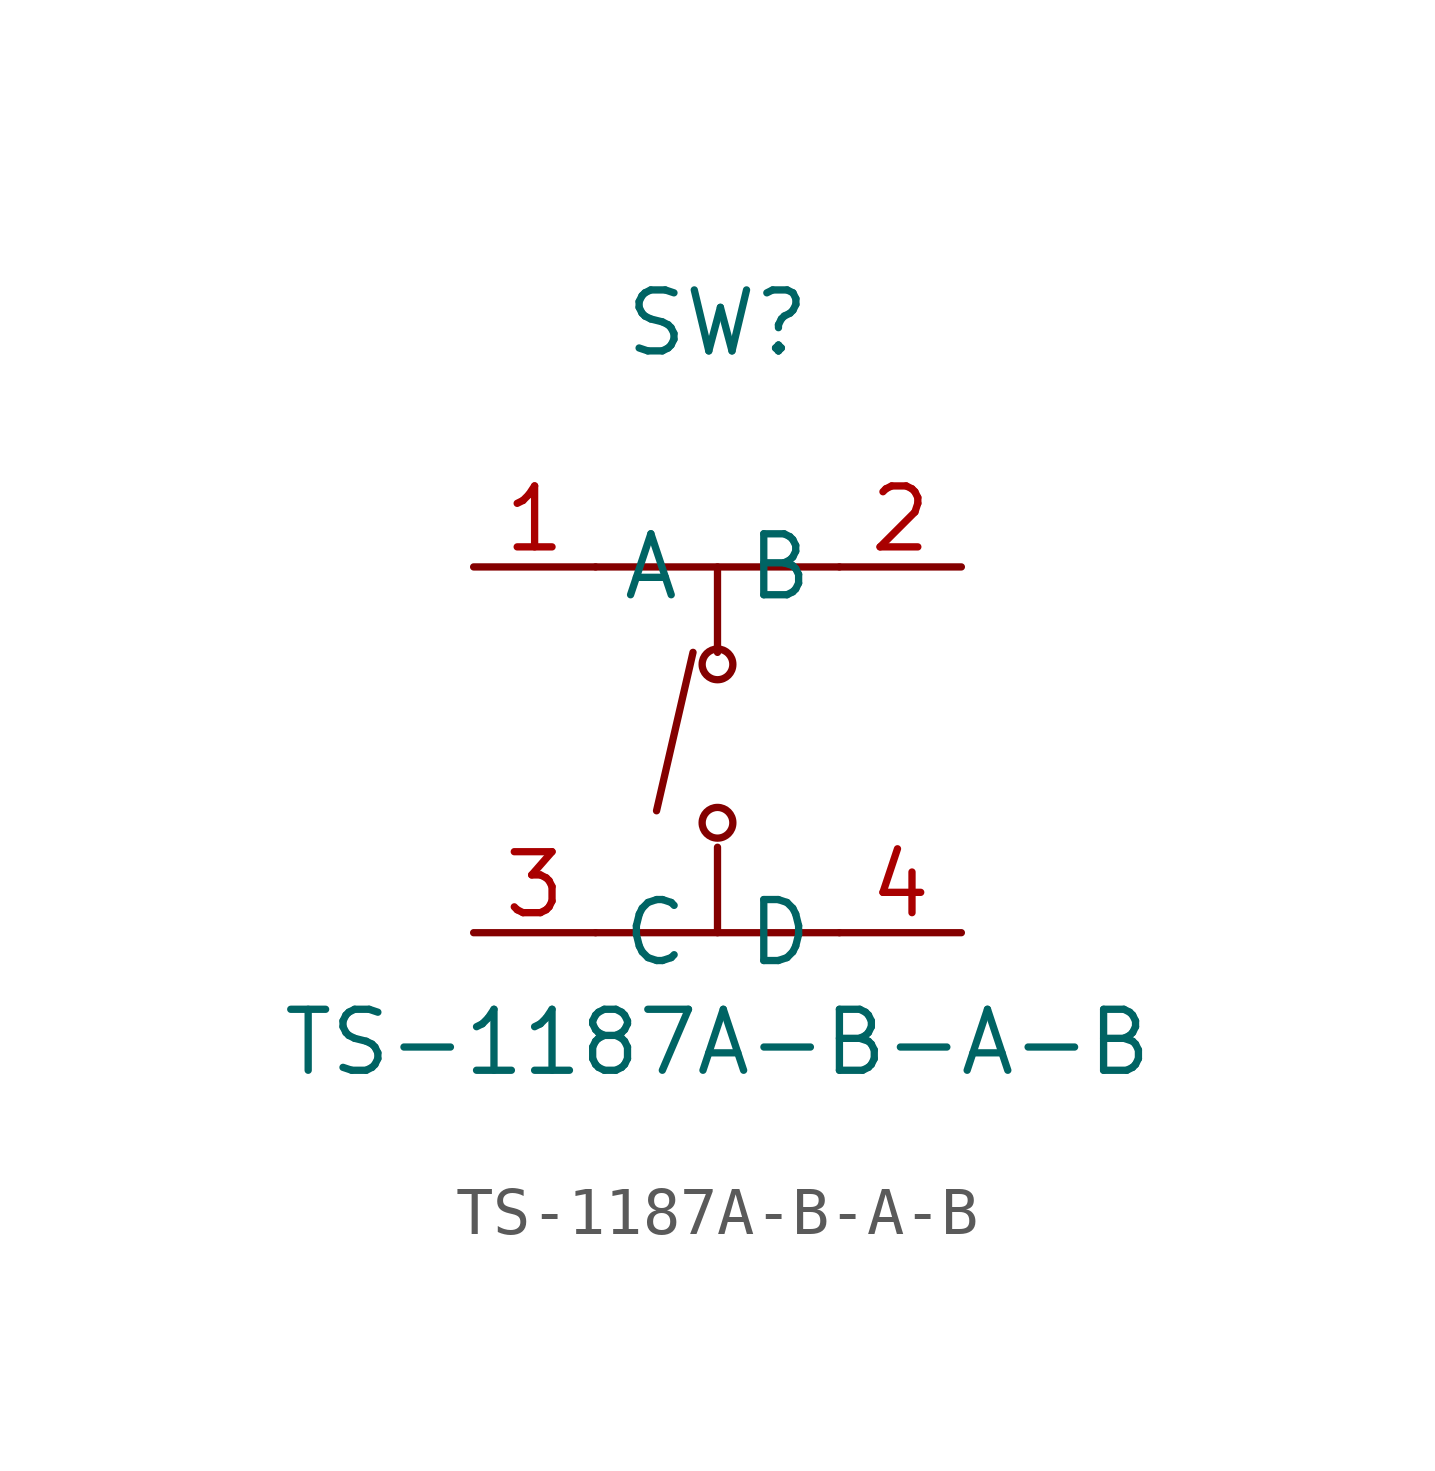
<source format=kicad_sym>
(kicad_symbol_lib
  (version 20231120)
  (generator "kicad_symbol_editor")
  (generator_version "8.0")
  (symbol "TS-1187A-B-A-B"
    (property "Reference" "SW"
      (at 0 7.62 0)
      (effects (font (size 1.27 1.27))))
    (property "Value" "TS-1187A-B-A-B"
      (at 0 -7.366 0)
      (effects (font (size 1.27 1.27))))
    (symbol "TS-1187A-B-A-B_0_1"
      (circle (center 0 -2.79) (radius 0.32) (stroke (width 0) (type default)) (fill (type none)))
      (polyline (pts (xy -2.54 -5.08) (xy 2.54 -5.08)) (stroke (width 0) (type default)) (fill (type none)))
      (polyline (pts (xy -2.54 2.54) (xy 2.54 2.54)) (stroke (width 0) (type default)) (fill (type none)))
      (polyline (pts (xy -0.51 0.76) (xy -1.27 -2.54)) (stroke (width 0) (type default)) (fill (type none)))
      (polyline (pts (xy 0 -3.3) (xy 0 -5.08)) (stroke (width 0) (type default)) (fill (type none)))
      (polyline (pts (xy 0 0.76) (xy 0 2.54)) (stroke (width 0) (type default)) (fill (type none)))
      (circle (center 0 0.51) (radius 0.32) (stroke (width 0) (type default)) (fill (type none)))
      (pin passive line (at -5.08 2.54 0) (length 2.54) (name "A" (effects (font (size 1.27 1.27)))) (number "1" (effects (font (size 1.27 1.27)))))
      (pin passive line (at 5.08 2.54 180) (length 2.54) (name "B" (effects (font (size 1.27 1.27)))) (number "2" (effects (font (size 1.27 1.27)))))
      (pin passive line (at -5.08 -5.08 0) (length 2.54) (name "C" (effects (font (size 1.27 1.27)))) (number "3" (effects (font (size 1.27 1.27)))))
      (pin passive line (at 5.08 -5.08 180) (length 2.54) (name "D" (effects (font (size 1.27 1.27)))) (number "4" (effects (font (size 1.27 1.27))))))))
</source>
